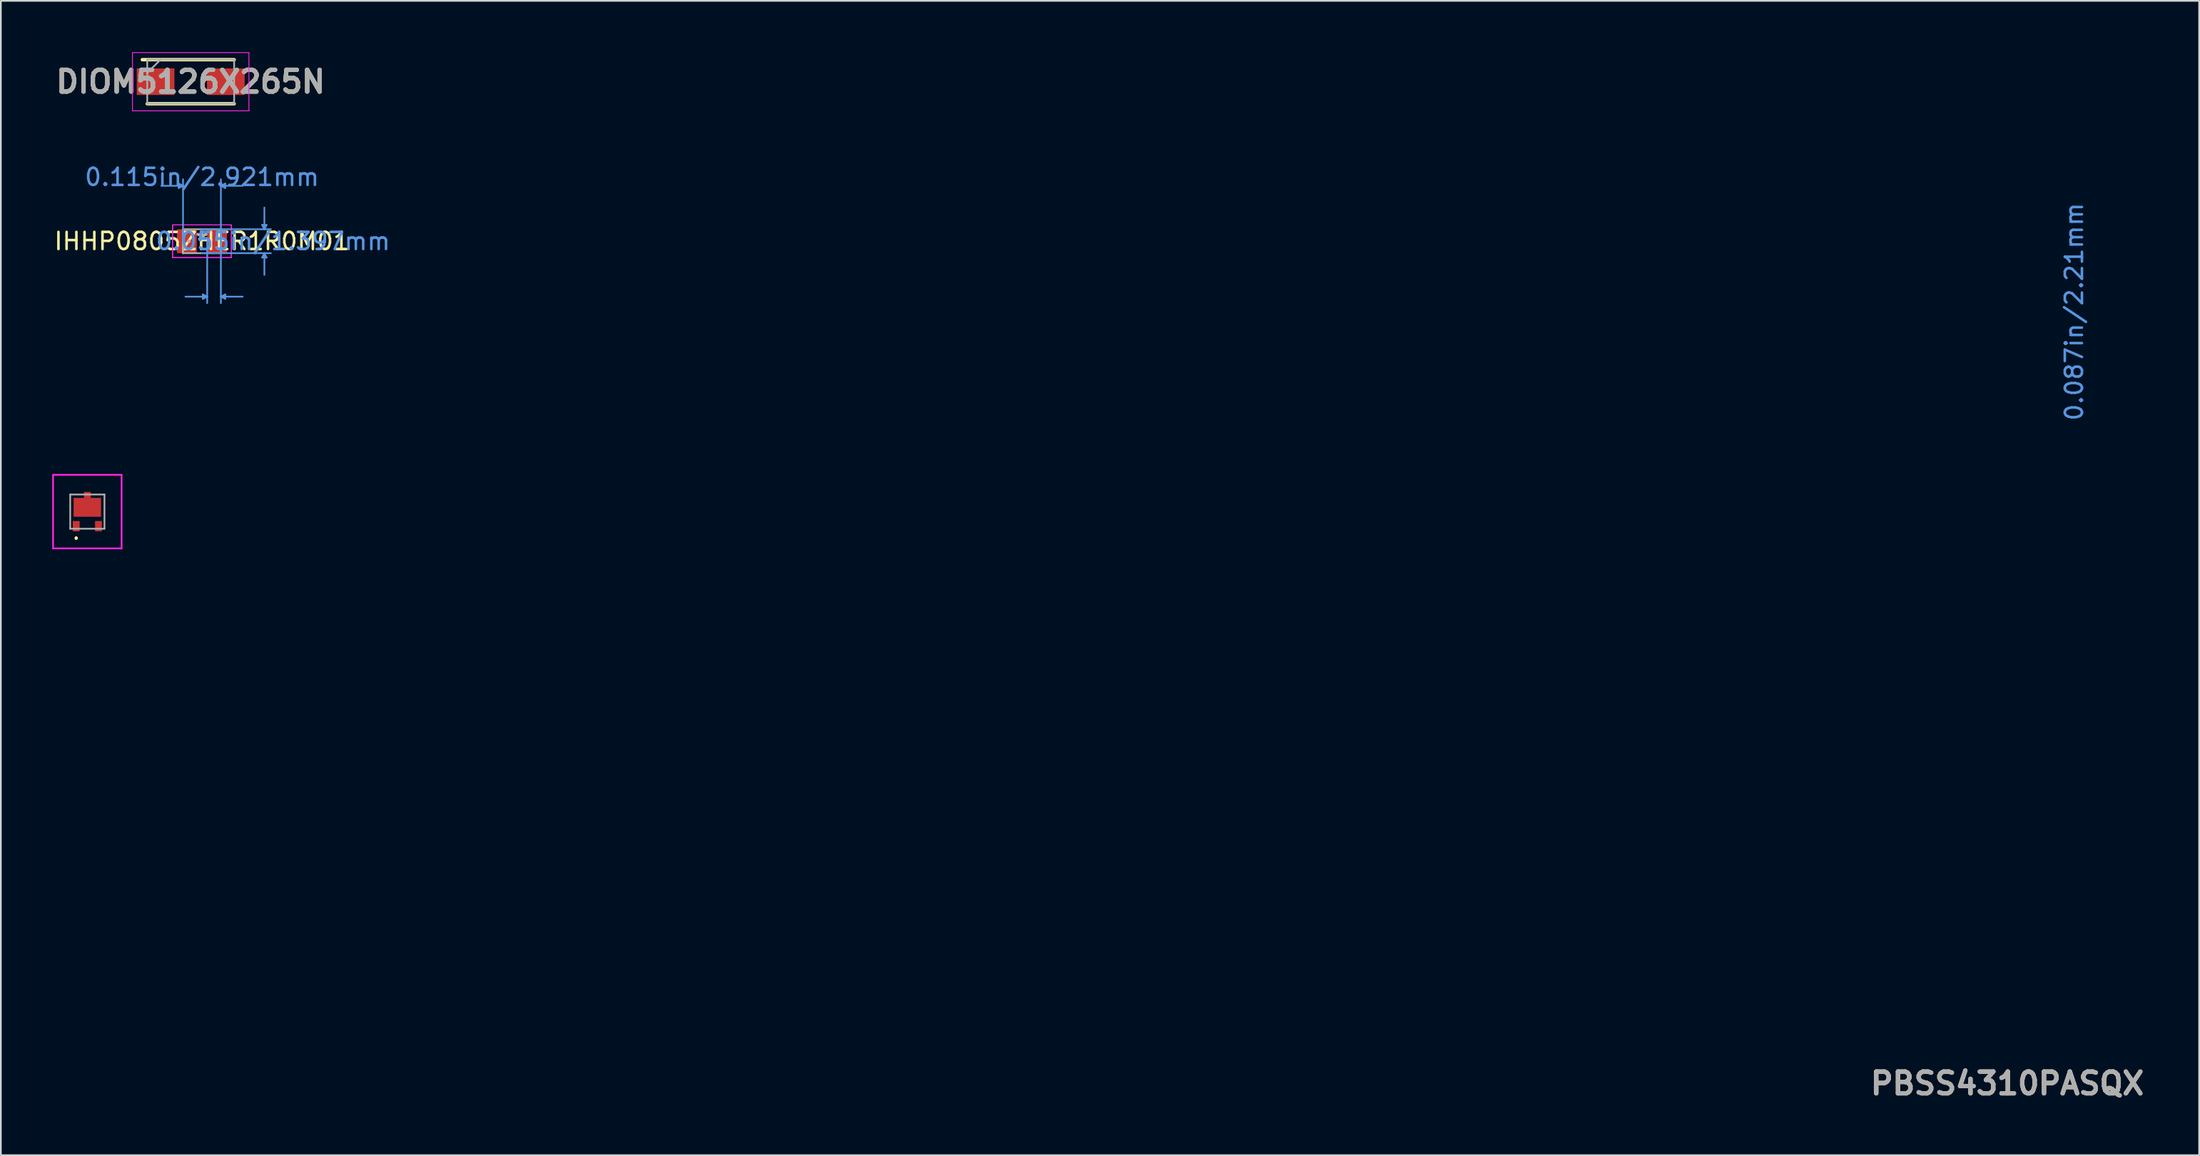
<source format=kicad_pcb>
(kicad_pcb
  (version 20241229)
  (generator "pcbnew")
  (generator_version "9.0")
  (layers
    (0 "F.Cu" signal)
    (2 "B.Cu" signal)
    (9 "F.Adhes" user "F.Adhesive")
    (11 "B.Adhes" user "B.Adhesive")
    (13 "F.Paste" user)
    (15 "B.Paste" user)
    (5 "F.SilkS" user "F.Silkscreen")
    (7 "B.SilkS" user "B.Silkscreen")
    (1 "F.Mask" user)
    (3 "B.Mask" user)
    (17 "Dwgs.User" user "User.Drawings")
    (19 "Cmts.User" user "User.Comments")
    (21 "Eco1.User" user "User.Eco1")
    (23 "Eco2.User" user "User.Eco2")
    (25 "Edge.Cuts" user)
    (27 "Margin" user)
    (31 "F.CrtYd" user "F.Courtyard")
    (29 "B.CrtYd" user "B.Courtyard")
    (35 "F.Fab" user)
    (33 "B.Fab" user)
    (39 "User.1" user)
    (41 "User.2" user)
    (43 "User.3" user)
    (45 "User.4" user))
  (footprint "DIOM5126X265N"
    (layer "F.Cu")
    (at 8.086 1.725)
    (property "Reference" "DIOM5126X265N" (at 0 0 0) (layer "F.SilkS") (effects (font (size 1.27 1.27) (thickness 0.254))))
    (attr smd)
    (fp_line (start -2.538 1.288) (end 2.538 1.288) (stroke (width 0.2) (type solid)) (layer "F.SilkS"))
    (fp_line (start 2.538 -1.288) (end -2.825 -1.288) (stroke (width 0.2) (type solid)) (layer "F.SilkS"))
    (fp_line (start -3.4 -1.7) (end 3.4 -1.7) (stroke (width 0.05) (type solid)) (layer "F.CrtYd"))
    (fp_line (start -3.4 1.7) (end -3.4 -1.7) (stroke (width 0.05) (type solid)) (layer "F.CrtYd"))
    (fp_line (start 3.4 -1.7) (end 3.4 1.7) (stroke (width 0.05) (type solid)) (layer "F.CrtYd"))
    (fp_line (start 3.4 1.7) (end -3.4 1.7) (stroke (width 0.05) (type solid)) (layer "F.CrtYd"))
    (fp_line (start -2.538 -1.288) (end 2.538 -1.288) (stroke (width 0.1) (type solid)) (layer "F.Fab"))
    (fp_line (start -2.538 -0.512) (end -1.762 -1.288) (stroke (width 0.1) (type solid)) (layer "F.Fab"))
    (fp_line (start -2.538 1.288) (end -2.538 -1.288) (stroke (width 0.1) (type solid)) (layer "F.Fab"))
    (fp_line (start 2.538 -1.288) (end 2.538 1.288) (stroke (width 0.1) (type solid)) (layer "F.Fab"))
    (fp_line (start 2.538 1.288) (end -2.538 1.288) (stroke (width 0.1) (type solid)) (layer "F.Fab"))
    (fp_text user "${REFERENCE}" (at 0 0 0) (layer "F.Fab") (effects (font (size 1.27 1.27) (thickness 0.254))))
    (pad "1" smd rect (at -2.05 0 90) (size 1.55 2.2) (layers "F.Cu" "F.Mask" "F.Paste"))
    (pad "2" smd rect (at 2.05 0 90) (size 1.55 2.2) (layers "F.Cu" "F.Mask" "F.Paste")))
  (footprint "IHHP0805ZHER1R0M01"
    (layer "F.Cu")
    (at 8.744 11.045)
    (property "Reference" "IHHP0805ZHER1R0M01" (at 0 0 0) (layer "F.SilkS") (effects (font (size 1 1) (thickness 0.15))))
    (attr through_hole)
    (fp_line (start -1.359 -3.365) (end -1.359 -3.111) (stroke (width 0.1) (type solid)) (layer "Cmts.User"))
    (fp_line (start -1.105 -3.239) (end -2.375 -3.239) (stroke (width 0.1) (type solid)) (layer "Cmts.User"))
    (fp_line (start -1.105 -3.239) (end -1.359 -3.365) (stroke (width 0.1) (type solid)) (layer "Cmts.User"))
    (fp_line (start -1.105 -3.239) (end -1.359 -3.111) (stroke (width 0.1) (type solid)) (layer "Cmts.User"))
    (fp_line (start -1.105 0) (end -1.105 -3.619) (stroke (width 0.1) (type solid)) (layer "Cmts.User"))
    (fp_line (start 0 -0.699) (end 4.026 -0.699) (stroke (width 0.1) (type solid)) (layer "Cmts.User"))
    (fp_line (start 0 0.699) (end 4.026 0.699) (stroke (width 0.1) (type solid)) (layer "Cmts.User"))
    (fp_line (start 0.051 3.111) (end 0.051 3.365) (stroke (width 0.1) (type solid)) (layer "Cmts.User"))
    (fp_line (start 0.305 0) (end 0.305 3.619) (stroke (width 0.1) (type solid)) (layer "Cmts.User"))
    (fp_line (start 0.305 3.239) (end -0.965 3.239) (stroke (width 0.1) (type solid)) (layer "Cmts.User"))
    (fp_line (start 0.305 3.239) (end 0.051 3.111) (stroke (width 0.1) (type solid)) (layer "Cmts.User"))
    (fp_line (start 0.305 3.239) (end 0.051 3.365) (stroke (width 0.1) (type solid)) (layer "Cmts.User"))
    (fp_line (start 1.105 -3.239) (end 1.359 -3.365) (stroke (width 0.1) (type solid)) (layer "Cmts.User"))
    (fp_line (start 1.105 -3.239) (end 1.359 -3.111) (stroke (width 0.1) (type solid)) (layer "Cmts.User"))
    (fp_line (start 1.105 -3.239) (end 2.375 -3.239) (stroke (width 0.1) (type solid)) (layer "Cmts.User"))
    (fp_line (start 1.105 0) (end 1.105 -3.619) (stroke (width 0.1) (type solid)) (layer "Cmts.User"))
    (fp_line (start 1.105 0) (end 1.105 3.619) (stroke (width 0.1) (type solid)) (layer "Cmts.User"))
    (fp_line (start 1.105 3.239) (end 1.359 3.111) (stroke (width 0.1) (type solid)) (layer "Cmts.User"))
    (fp_line (start 1.105 3.239) (end 1.359 3.365) (stroke (width 0.1) (type solid)) (layer "Cmts.User"))
    (fp_line (start 1.105 3.239) (end 2.375 3.239) (stroke (width 0.1) (type solid)) (layer "Cmts.User"))
    (fp_line (start 1.359 -3.365) (end 1.359 -3.111) (stroke (width 0.1) (type solid)) (layer "Cmts.User"))
    (fp_line (start 1.359 3.111) (end 1.359 3.365) (stroke (width 0.1) (type solid)) (layer "Cmts.User"))
    (fp_line (start 3.518 -0.953) (end 3.772 -0.953) (stroke (width 0.1) (type solid)) (layer "Cmts.User"))
    (fp_line (start 3.518 0.953) (end 3.772 0.953) (stroke (width 0.1) (type solid)) (layer "Cmts.User"))
    (fp_line (start 3.645 -0.699) (end 3.518 -0.953) (stroke (width 0.1) (type solid)) (layer "Cmts.User"))
    (fp_line (start 3.645 -0.699) (end 3.645 -1.968) (stroke (width 0.1) (type solid)) (layer "Cmts.User"))
    (fp_line (start 3.645 -0.699) (end 3.772 -0.953) (stroke (width 0.1) (type solid)) (layer "Cmts.User"))
    (fp_line (start 3.645 0.699) (end 3.518 0.953) (stroke (width 0.1) (type solid)) (layer "Cmts.User"))
    (fp_line (start 3.645 0.699) (end 3.645 1.968) (stroke (width 0.1) (type solid)) (layer "Cmts.User"))
    (fp_line (start 3.645 0.699) (end 3.772 0.953) (stroke (width 0.1) (type solid)) (layer "Cmts.User"))
    (fp_line (start -1.714 -0.953) (end 1.714 -0.953) (stroke (width 0.05) (type solid)) (layer "F.CrtYd"))
    (fp_line (start -1.714 -0.953) (end 1.714 -0.953) (stroke (width 0.05) (type solid)) (layer "F.CrtYd"))
    (fp_line (start -1.714 0.953) (end -1.714 -0.953) (stroke (width 0.05) (type solid)) (layer "F.CrtYd"))
    (fp_line (start -1.714 0.953) (end -1.714 -0.953) (stroke (width 0.05) (type solid)) (layer "F.CrtYd"))
    (fp_line (start 1.714 -0.953) (end 1.714 0.953) (stroke (width 0.05) (type solid)) (layer "F.CrtYd"))
    (fp_line (start 1.714 -0.953) (end 1.714 0.953) (stroke (width 0.05) (type solid)) (layer "F.CrtYd"))
    (fp_line (start 1.714 0.953) (end -1.714 0.953) (stroke (width 0.05) (type solid)) (layer "F.CrtYd"))
    (fp_line (start 1.714 0.953) (end -1.714 0.953) (stroke (width 0.05) (type solid)) (layer "F.CrtYd"))
    (fp_line (start -1.105 -0.699) (end -1.105 -0.699) (stroke (width 0.1) (type solid)) (layer "F.Fab"))
    (fp_line (start -1.105 -0.699) (end -1.105 0.699) (stroke (width 0.1) (type solid)) (layer "F.Fab"))
    (fp_line (start -1.105 -0.699) (end -1.105 0.699) (stroke (width 0.1) (type solid)) (layer "F.Fab"))
    (fp_line (start -1.105 0.699) (end -1.105 -0.699) (stroke (width 0.1) (type solid)) (layer "F.Fab"))
    (fp_line (start -1.105 0.699) (end -1.105 0.699) (stroke (width 0.1) (type solid)) (layer "F.Fab"))
    (fp_line (start -1.105 0.699) (end 1.105 0.699) (stroke (width 0.1) (type solid)) (layer "F.Fab"))
    (fp_line (start 1.105 -0.699) (end -1.105 -0.699) (stroke (width 0.1) (type solid)) (layer "F.Fab"))
    (fp_line (start 1.105 -0.699) (end 1.105 -0.699) (stroke (width 0.1) (type solid)) (layer "F.Fab"))
    (fp_line (start 1.105 -0.699) (end 1.105 0.699) (stroke (width 0.1) (type solid)) (layer "F.Fab"))
    (fp_line (start 1.105 0.699) (end 1.105 -0.699) (stroke (width 0.1) (type solid)) (layer "F.Fab"))
    (fp_line (start 1.105 0.699) (end 1.105 -0.699) (stroke (width 0.1) (type solid)) (layer "F.Fab"))
    (fp_line (start 1.105 0.699) (end 1.105 0.699) (stroke (width 0.1) (type solid)) (layer "F.Fab"))
    (fp_circle (center -0.756 0) (end -0.756 0) (stroke (width 0.1) (type solid)) (fill no) (layer "F.Fab"))
    (fp_text user "*" (at 0 0 0) (layer "F.SilkS") (effects (font (size 1 1) (thickness 0.15))))
    (fp_text user "Copyright 2021 Accelerated Designs. All rights reserved." (at 0 0 0) (layer "Cmts.User") (effects (font (size 0.127 0.127) (thickness 0.002))))
    (fp_text user "0.115in/2.921mm" (at 0 -3.747 0) (layer "Cmts.User") (effects (font (size 1 1) (thickness 0.15))))
    (fp_text user "0.087in/2.21mm" (at 109.329 4.119 270) (layer "Cmts.User") (effects (font (size 1 1) (thickness 0.15))))
    (fp_text user "0.055in/1.397mm" (at 4.153 0 0) (layer "Cmts.User") (effects (font (size 1 1) (thickness 0.15))))
    (fp_text user "*" (at 0 0 0) (layer "F.Fab") (effects (font (size 1 1) (thickness 0.15))))
    (pad "1" smd rect (at -0.883 0) (size 1.156 1.397) (layers "F.Cu" "F.Mask" "F.Paste"))
    (pad "2" smd rect (at 0.883 0) (size 1.156 1.397) (layers "F.Cu" "F.Mask" "F.Paste")))
  (footprint "PBSS4310PASQX"
    (layer "F.Cu")
    (at 2.05 26.846)
    (property "Reference" "PBSS4310PASQX" (at 112.117 33.417 0) (layer "F.SilkS") (effects (font (size 1.27 1.27) (thickness 0.254))))
    (attr smd)
    (fp_line (start -0.65 1.5) (end -0.65 1.5) (stroke (width 0.1) (type solid)) (layer "F.SilkS"))
    (fp_line (start -0.65 1.6) (end -0.65 1.6) (stroke (width 0.1) (type solid)) (layer "F.SilkS"))
    (fp_arc (start -0.65 1.5) (mid -0.6 1.55) (end -0.65 1.6) (stroke (width 0.1) (type solid)) (layer "F.SilkS"))
    (fp_arc (start -0.65 1.6) (mid -0.7 1.55) (end -0.65 1.5) (stroke (width 0.1) (type solid)) (layer "F.SilkS"))
    (fp_line (start -2 -2.15) (end -2 2.15) (stroke (width 0.1) (type solid)) (layer "F.CrtYd"))
    (fp_line (start -2 2.15) (end 2 2.15) (stroke (width 0.1) (type solid)) (layer "F.CrtYd"))
    (fp_line (start 2 -2.15) (end -2 -2.15) (stroke (width 0.1) (type solid)) (layer "F.CrtYd"))
    (fp_line (start 2 2.15) (end 2 -2.15) (stroke (width 0.1) (type solid)) (layer "F.CrtYd"))
    (fp_line (start -1 -1) (end -1 1) (stroke (width 0.1) (type solid)) (layer "F.Fab"))
    (fp_line (start -1 1) (end 1 1) (stroke (width 0.1) (type solid)) (layer "F.Fab"))
    (fp_line (start 1 -1) (end -1 -1) (stroke (width 0.1) (type solid)) (layer "F.Fab"))
    (fp_line (start 1 1) (end 1 -1) (stroke (width 0.1) (type solid)) (layer "F.Fab"))
    (fp_text user "${REFERENCE}" (at 112.117 33.417 0) (layer "F.Fab") (effects (font (size 1.27 1.27) (thickness 0.254))))
    (pad "1" smd rect (at -0.65 0.85) (size 0.4 0.6) (layers "F.Cu" "F.Mask" "F.Paste"))
    (pad "2" smd rect (at 0.65 0.85) (size 0.4 0.6) (layers "F.Cu" "F.Mask" "F.Paste"))
    (pad "3" smd rect (at 0 -0.975 90) (size 0.35 0.4) (layers "F.Cu" "F.Mask" "F.Paste"))
    (pad "4" smd rect (at 0 -0.25 90) (size 1.1 1.6) (layers "F.Cu" "F.Mask" "F.Paste")))
  (gr_rect
    (start -3 -3)
    (end 125.374 64.452)
    (stroke (width 0.1) (type default))
    (fill no)
    (layer "Edge.Cuts")))
</source>
